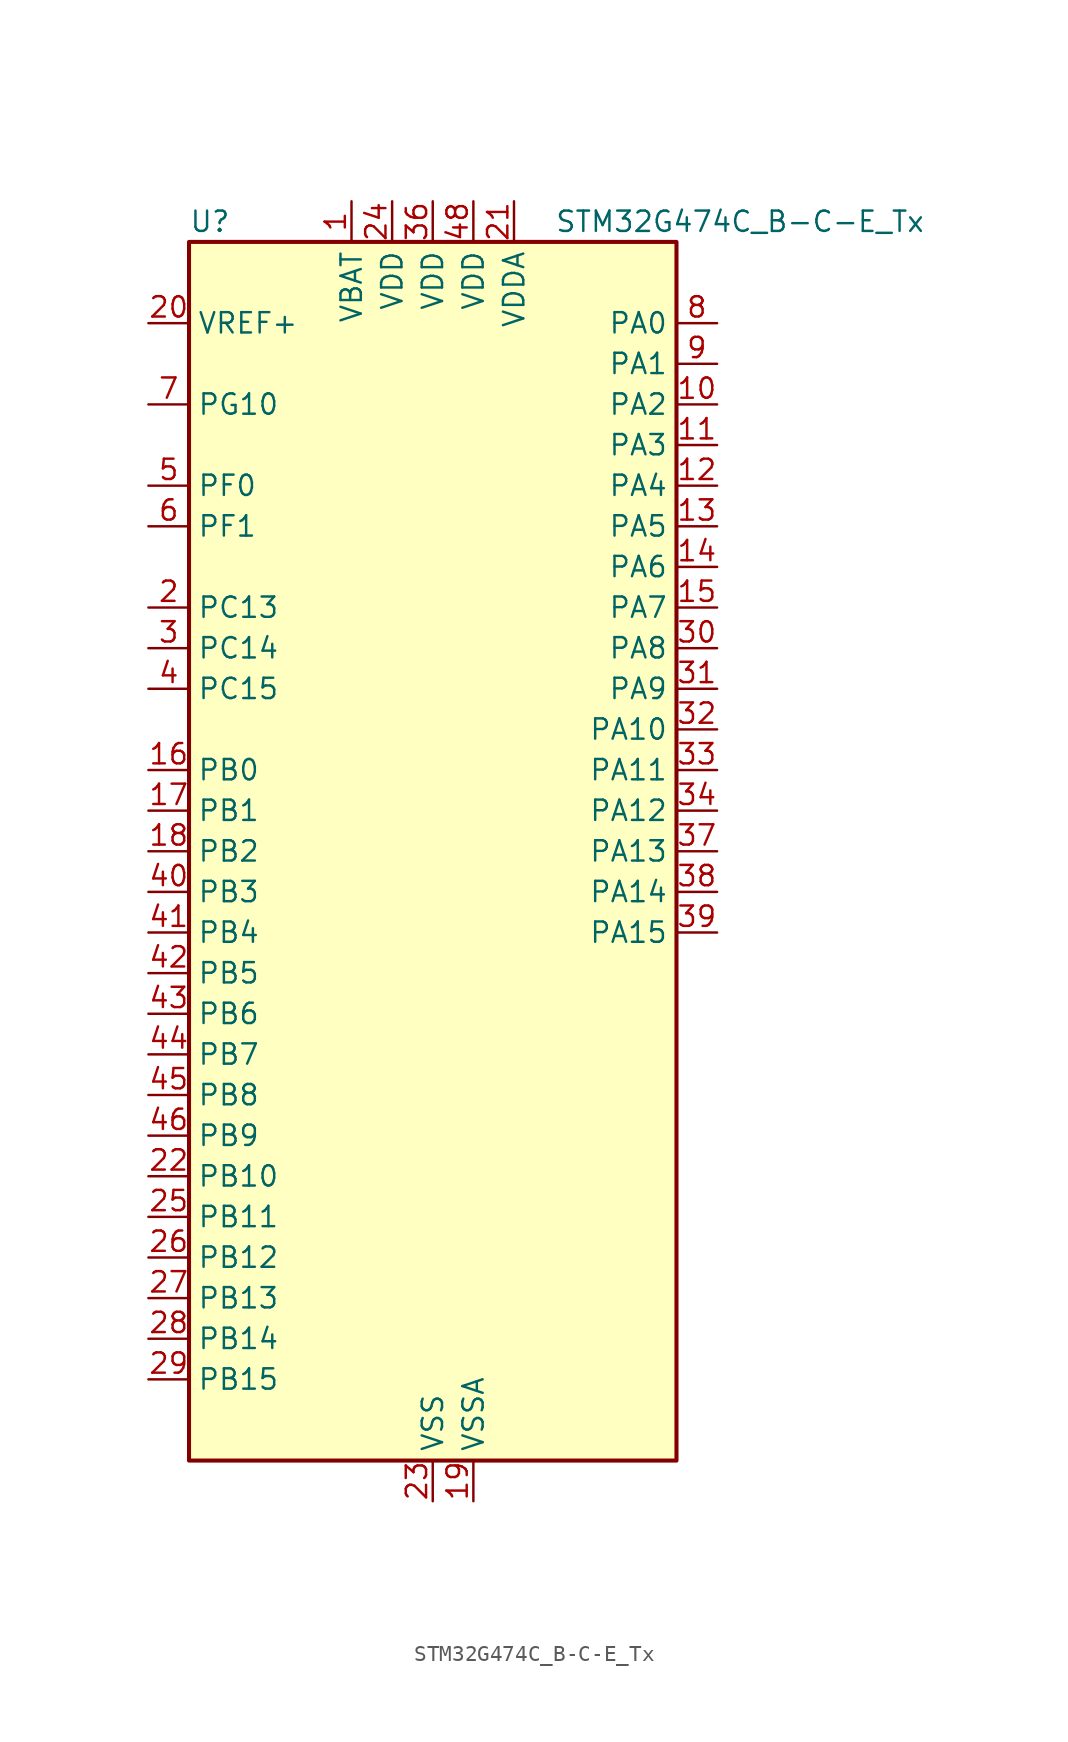
<source format=kicad_sym>
(kicad_symbol_lib
  (version 20241209)
  (generator "kicad_symbol_editor")
  (generator_version "9.0")
  (symbol "STM32G474C_B-C-E_Tx"
    (property "Reference" "U"
      (at -15.24 39.37 0)
      (effects (font (size 1.27 1.27)) (justify left)))
    (property "Value" "STM32G474C_B-C-E_Tx"
      (at 7.62 39.37 0)
      (effects (font (size 1.27 1.27)) (justify left)))
    (symbol "STM32G474C_B-C-E_Tx_0_1"
      (rectangle (start -15.24 -38.1) (end 15.24 38.1) (stroke (width 0.254) (type default)) (fill (type background))))
    (symbol "STM32G474C_B-C-E_Tx_1_1"
      (pin input line (at -17.78 33.02 0) (length 2.54) (name "VREF+" (effects (font (size 1.27 1.27)))) (number "20" (effects (font (size 1.27 1.27)))) (alternate "VREFBUF_OUT" bidirectional line))
      (pin bidirectional line (at -17.78 27.94 0) (length 2.54) (name "PG10" (effects (font (size 1.27 1.27)))) (number "7" (effects (font (size 1.27 1.27)))) (alternate "DAC1_EXTI10" bidirectional line) (alternate "DAC2_EXTI10" bidirectional line) (alternate "DAC3_EXTI10" bidirectional line) (alternate "DAC4_EXTI10" bidirectional line) (alternate "RCC_MCO" bidirectional line))
      (pin bidirectional line (at -17.78 22.86 0) (length 2.54) (name "PF0" (effects (font (size 1.27 1.27)))) (number "5" (effects (font (size 1.27 1.27)))) (alternate "ADC1_IN10" bidirectional line) (alternate "I2C2_SDA" bidirectional line) (alternate "I2S2_WS" bidirectional line) (alternate "RCC_OSC_IN" bidirectional line) (alternate "SPI2_NSS" bidirectional line) (alternate "TIM1_CH3N" bidirectional line))
      (pin bidirectional line (at -17.78 20.32 0) (length 2.54) (name "PF1" (effects (font (size 1.27 1.27)))) (number "6" (effects (font (size 1.27 1.27)))) (alternate "ADC2_IN10" bidirectional line) (alternate "COMP3_INM" bidirectional line) (alternate "I2S2_CK" bidirectional line) (alternate "RCC_OSC_OUT" bidirectional line) (alternate "SPI2_SCK" bidirectional line))
      (pin bidirectional line (at -17.78 15.24 0) (length 2.54) (name "PC13" (effects (font (size 1.27 1.27)))) (number "2" (effects (font (size 1.27 1.27)))) (alternate "RTC_OUT1" bidirectional line) (alternate "RTC_TAMP1" bidirectional line) (alternate "RTC_TS" bidirectional line) (alternate "SYS_WKUP2" bidirectional line) (alternate "TIM1_BKIN" bidirectional line) (alternate "TIM1_CH1N" bidirectional line) (alternate "TIM8_CH4N" bidirectional line))
      (pin bidirectional line (at -17.78 12.7 0) (length 2.54) (name "PC14" (effects (font (size 1.27 1.27)))) (number "3" (effects (font (size 1.27 1.27)))) (alternate "RCC_OSC32_IN" bidirectional line))
      (pin bidirectional line (at -17.78 10.16 0) (length 2.54) (name "PC15" (effects (font (size 1.27 1.27)))) (number "4" (effects (font (size 1.27 1.27)))) (alternate "ADC1_EXTI15" bidirectional line) (alternate "ADC2_EXTI15" bidirectional line) (alternate "RCC_OSC32_OUT" bidirectional line))
      (pin bidirectional line (at -17.78 5.08 0) (length 2.54) (name "PB0" (effects (font (size 1.27 1.27)))) (number "16" (effects (font (size 1.27 1.27)))) (alternate "ADC1_IN15" bidirectional line) (alternate "ADC3_IN12" bidirectional line) (alternate "COMP4_INP" bidirectional line) (alternate "HRTIM1_FLT5" bidirectional line) (alternate "OPAMP2_VINP" bidirectional line) (alternate "OPAMP2_VINP_SEC" bidirectional line) (alternate "OPAMP3_VINP" bidirectional line) (alternate "OPAMP3_VINP_SEC" bidirectional line) (alternate "QUADSPI1_BK1_IO1" bidirectional line) (alternate "TIM1_CH2N" bidirectional line) (alternate "TIM3_CH3" bidirectional line) (alternate "TIM8_CH2N" bidirectional line) (alternate "UCPD1_FRSTX1" bidirectional line) (alternate "UCPD1_FRSTX2" bidirectional line))
      (pin bidirectional line (at -17.78 2.54 0) (length 2.54) (name "PB1" (effects (font (size 1.27 1.27)))) (number "17" (effects (font (size 1.27 1.27)))) (alternate "ADC1_IN12" bidirectional line) (alternate "ADC3_IN1" bidirectional line) (alternate "COMP1_INP" bidirectional line) (alternate "COMP4_OUT" bidirectional line) (alternate "HRTIM1_SCOUT" bidirectional line) (alternate "LPUART1_DE" bidirectional line) (alternate "LPUART1_RTS" bidirectional line) (alternate "OPAMP3_VOUT" bidirectional line) (alternate "OPAMP6_VINM" bidirectional line) (alternate "OPAMP6_VINM1" bidirectional line) (alternate "OPAMP6_VINM_SEC" bidirectional line) (alternate "QUADSPI1_BK1_IO0" bidirectional line) (alternate "TIM1_CH3N" bidirectional line) (alternate "TIM3_CH4" bidirectional line) (alternate "TIM8_CH3N" bidirectional line))
      (pin bidirectional line (at -17.78 0 0) (length 2.54) (name "PB2" (effects (font (size 1.27 1.27)))) (number "18" (effects (font (size 1.27 1.27)))) (alternate "ADC2_IN12" bidirectional line) (alternate "ADC3_EXTI2" bidirectional line) (alternate "ADC4_EXTI2" bidirectional line) (alternate "ADC5_EXTI2" bidirectional line) (alternate "COMP4_INM" bidirectional line) (alternate "HRTIM1_SCIN" bidirectional line) (alternate "I2C3_SMBA" bidirectional line) (alternate "LPTIM1_OUT" bidirectional line) (alternate "OPAMP3_VINM" bidirectional line) (alternate "OPAMP3_VINM0" bidirectional line) (alternate "OPAMP3_VINM_SEC" bidirectional line) (alternate "QUADSPI1_BK2_IO1" bidirectional line) (alternate "RTC_OUT2" bidirectional line) (alternate "TIM20_CH1" bidirectional line) (alternate "TIM5_CH1" bidirectional line))
      (pin bidirectional line (at -17.78 -2.54 0) (length 2.54) (name "PB3" (effects (font (size 1.27 1.27)))) (number "40" (effects (font (size 1.27 1.27)))) (alternate "ADC3_EXTI3" bidirectional line) (alternate "ADC4_EXTI3" bidirectional line) (alternate "ADC5_EXTI3" bidirectional line) (alternate "CRS_SYNC" bidirectional line) (alternate "FDCAN3_RX" bidirectional line) (alternate "HRTIM1_EEV9" bidirectional line) (alternate "HRTIM1_SCOUT" bidirectional line) (alternate "I2S3_CK" bidirectional line) (alternate "SAI1_SCK_B" bidirectional line) (alternate "SPI1_SCK" bidirectional line) (alternate "SPI3_SCK" bidirectional line) (alternate "SYS_JTDO-SWO" bidirectional line) (alternate "TIM2_CH2" bidirectional line) (alternate "TIM3_ETR" bidirectional line) (alternate "TIM4_ETR" bidirectional line) (alternate "TIM8_CH1N" bidirectional line) (alternate "USART2_TX" bidirectional line))
      (pin bidirectional line (at -17.78 -5.08 0) (length 2.54) (name "PB4" (effects (font (size 1.27 1.27)))) (number "41" (effects (font (size 1.27 1.27)))) (alternate "FDCAN3_TX" bidirectional line) (alternate "HRTIM1_EEV7" bidirectional line) (alternate "SAI1_MCLK_B" bidirectional line) (alternate "SPI1_MISO" bidirectional line) (alternate "SPI3_MISO" bidirectional line) (alternate "SYS_JTRST" bidirectional line) (alternate "TIM16_CH1" bidirectional line) (alternate "TIM17_BKIN" bidirectional line) (alternate "TIM3_CH1" bidirectional line) (alternate "TIM8_CH2N" bidirectional line) (alternate "UCPD1_CC2" bidirectional line) (alternate "USART2_RX" bidirectional line))
      (pin bidirectional line (at -17.78 -7.62 0) (length 2.54) (name "PB5" (effects (font (size 1.27 1.27)))) (number "42" (effects (font (size 1.27 1.27)))) (alternate "FDCAN2_RX" bidirectional line) (alternate "HRTIM1_EEV6" bidirectional line) (alternate "I2C1_SMBA" bidirectional line) (alternate "I2C3_SDA" bidirectional line) (alternate "I2S3_SD" bidirectional line) (alternate "LPTIM1_IN1" bidirectional line) (alternate "SAI1_SD_B" bidirectional line) (alternate "SPI1_MOSI" bidirectional line) (alternate "SPI3_MOSI" bidirectional line) (alternate "TIM16_BKIN" bidirectional line) (alternate "TIM17_CH1" bidirectional line) (alternate "TIM3_CH2" bidirectional line) (alternate "TIM8_CH3N" bidirectional line) (alternate "USART2_CK" bidirectional line))
      (pin bidirectional line (at -17.78 -10.16 0) (length 2.54) (name "PB6" (effects (font (size 1.27 1.27)))) (number "43" (effects (font (size 1.27 1.27)))) (alternate "COMP4_OUT" bidirectional line) (alternate "FDCAN2_TX" bidirectional line) (alternate "HRTIM1_EEV4" bidirectional line) (alternate "HRTIM1_SCIN" bidirectional line) (alternate "LPTIM1_ETR" bidirectional line) (alternate "SAI1_FS_B" bidirectional line) (alternate "TIM16_CH1N" bidirectional line) (alternate "TIM4_CH1" bidirectional line) (alternate "TIM8_BKIN2" bidirectional line) (alternate "TIM8_CH1" bidirectional line) (alternate "TIM8_ETR" bidirectional line) (alternate "UCPD1_CC1" bidirectional line) (alternate "USART1_TX" bidirectional line))
      (pin bidirectional line (at -17.78 -12.7 0) (length 2.54) (name "PB7" (effects (font (size 1.27 1.27)))) (number "44" (effects (font (size 1.27 1.27)))) (alternate "COMP3_OUT" bidirectional line) (alternate "HRTIM1_EEV3" bidirectional line) (alternate "I2C1_SDA" bidirectional line) (alternate "I2C4_SDA" bidirectional line) (alternate "LPTIM1_IN2" bidirectional line) (alternate "SYS_PVD_IN" bidirectional line) (alternate "TIM17_CH1N" bidirectional line) (alternate "TIM3_CH4" bidirectional line) (alternate "TIM4_CH2" bidirectional line) (alternate "TIM8_BKIN" bidirectional line) (alternate "USART1_RX" bidirectional line))
      (pin bidirectional line (at -17.78 -15.24 0) (length 2.54) (name "PB8" (effects (font (size 1.27 1.27)))) (number "45" (effects (font (size 1.27 1.27)))) (alternate "COMP1_OUT" bidirectional line) (alternate "FDCAN1_RX" bidirectional line) (alternate "HRTIM1_EEV8" bidirectional line) (alternate "I2C1_SCL" bidirectional line) (alternate "SAI1_CK1" bidirectional line) (alternate "SAI1_MCLK_A" bidirectional line) (alternate "TIM16_CH1" bidirectional line) (alternate "TIM1_BKIN" bidirectional line) (alternate "TIM4_CH3" bidirectional line) (alternate "TIM8_CH2" bidirectional line) (alternate "USART3_RX" bidirectional line))
      (pin bidirectional line (at -17.78 -17.78 0) (length 2.54) (name "PB9" (effects (font (size 1.27 1.27)))) (number "46" (effects (font (size 1.27 1.27)))) (alternate "COMP2_OUT" bidirectional line) (alternate "DAC1_EXTI9" bidirectional line) (alternate "DAC2_EXTI9" bidirectional line) (alternate "DAC3_EXTI9" bidirectional line) (alternate "DAC4_EXTI9" bidirectional line) (alternate "FDCAN1_TX" bidirectional line) (alternate "HRTIM1_EEV5" bidirectional line) (alternate "I2C1_SDA" bidirectional line) (alternate "IR_OUT" bidirectional line) (alternate "SAI1_D2" bidirectional line) (alternate "SAI1_FS_A" bidirectional line) (alternate "TIM17_CH1" bidirectional line) (alternate "TIM1_CH3N" bidirectional line) (alternate "TIM4_CH4" bidirectional line) (alternate "TIM8_CH3" bidirectional line) (alternate "USART3_TX" bidirectional line))
      (pin bidirectional line (at -17.78 -20.32 0) (length 2.54) (name "PB10" (effects (font (size 1.27 1.27)))) (number "22" (effects (font (size 1.27 1.27)))) (alternate "COMP5_INM" bidirectional line) (alternate "DAC1_EXTI10" bidirectional line) (alternate "DAC2_EXTI10" bidirectional line) (alternate "DAC3_EXTI10" bidirectional line) (alternate "DAC4_EXTI10" bidirectional line) (alternate "HRTIM1_FLT3" bidirectional line) (alternate "LPUART1_RX" bidirectional line) (alternate "OPAMP3_VINM" bidirectional line) (alternate "OPAMP3_VINM1" bidirectional line) (alternate "OPAMP3_VINM_SEC" bidirectional line) (alternate "OPAMP4_VINM" bidirectional line) (alternate "OPAMP4_VINM0" bidirectional line) (alternate "OPAMP4_VINM_SEC" bidirectional line) (alternate "QUADSPI1_CLK" bidirectional line) (alternate "SAI1_SCK_A" bidirectional line) (alternate "TIM1_BKIN" bidirectional line) (alternate "TIM2_CH3" bidirectional line) (alternate "USART3_TX" bidirectional line))
      (pin bidirectional line (at -17.78 -22.86 0) (length 2.54) (name "PB11" (effects (font (size 1.27 1.27)))) (number "25" (effects (font (size 1.27 1.27)))) (alternate "ADC1_EXTI11" bidirectional line) (alternate "ADC1_IN14" bidirectional line) (alternate "ADC2_EXTI11" bidirectional line) (alternate "ADC2_IN14" bidirectional line) (alternate "COMP6_INP" bidirectional line) (alternate "HRTIM1_FLT4" bidirectional line) (alternate "LPUART1_TX" bidirectional line) (alternate "OPAMP4_VINP" bidirectional line) (alternate "OPAMP4_VINP_SEC" bidirectional line) (alternate "OPAMP6_VOUT" bidirectional line) (alternate "QUADSPI1_BK1_NCS" bidirectional line) (alternate "TIM2_CH4" bidirectional line) (alternate "USART3_RX" bidirectional line))
      (pin bidirectional line (at -17.78 -25.4 0) (length 2.54) (name "PB12" (effects (font (size 1.27 1.27)))) (number "26" (effects (font (size 1.27 1.27)))) (alternate "ADC1_IN11" bidirectional line) (alternate "ADC4_IN3" bidirectional line) (alternate "COMP7_INM" bidirectional line) (alternate "FDCAN2_RX" bidirectional line) (alternate "HRTIM1_CHC1" bidirectional line) (alternate "I2C2_SMBA" bidirectional line) (alternate "I2S2_WS" bidirectional line) (alternate "LPUART1_DE" bidirectional line) (alternate "LPUART1_RTS" bidirectional line) (alternate "OPAMP4_VOUT" bidirectional line) (alternate "OPAMP6_VINP" bidirectional line) (alternate "OPAMP6_VINP_SEC" bidirectional line) (alternate "SPI2_NSS" bidirectional line) (alternate "TIM1_BKIN" bidirectional line) (alternate "TIM5_ETR" bidirectional line) (alternate "USART3_CK" bidirectional line))
      (pin bidirectional line (at -17.78 -27.94 0) (length 2.54) (name "PB13" (effects (font (size 1.27 1.27)))) (number "27" (effects (font (size 1.27 1.27)))) (alternate "ADC3_IN5" bidirectional line) (alternate "COMP5_INP" bidirectional line) (alternate "FDCAN2_TX" bidirectional line) (alternate "HRTIM1_CHC2" bidirectional line) (alternate "I2S2_CK" bidirectional line) (alternate "LPUART1_CTS" bidirectional line) (alternate "OPAMP3_VINP" bidirectional line) (alternate "OPAMP3_VINP_SEC" bidirectional line) (alternate "OPAMP4_VINP" bidirectional line) (alternate "OPAMP4_VINP_SEC" bidirectional line) (alternate "OPAMP6_VINP" bidirectional line) (alternate "OPAMP6_VINP_SEC" bidirectional line) (alternate "SPI2_SCK" bidirectional line) (alternate "TIM1_CH1N" bidirectional line) (alternate "USART3_CTS" bidirectional line) (alternate "USART3_NSS" bidirectional line))
      (pin bidirectional line (at -17.78 -30.48 0) (length 2.54) (name "PB14" (effects (font (size 1.27 1.27)))) (number "28" (effects (font (size 1.27 1.27)))) (alternate "ADC1_IN5" bidirectional line) (alternate "ADC4_IN4" bidirectional line) (alternate "COMP4_OUT" bidirectional line) (alternate "COMP7_INP" bidirectional line) (alternate "HRTIM1_CHD1" bidirectional line) (alternate "OPAMP2_VINP" bidirectional line) (alternate "OPAMP2_VINP_SEC" bidirectional line) (alternate "OPAMP5_VINP" bidirectional line) (alternate "OPAMP5_VINP_SEC" bidirectional line) (alternate "SPI2_MISO" bidirectional line) (alternate "TIM15_CH1" bidirectional line) (alternate "TIM1_CH2N" bidirectional line) (alternate "USART3_DE" bidirectional line) (alternate "USART3_RTS" bidirectional line))
      (pin bidirectional line (at -17.78 -33.02 0) (length 2.54) (name "PB15" (effects (font (size 1.27 1.27)))) (number "29" (effects (font (size 1.27 1.27)))) (alternate "ADC1_EXTI15" bidirectional line) (alternate "ADC2_EXTI15" bidirectional line) (alternate "ADC2_IN15" bidirectional line) (alternate "ADC4_IN5" bidirectional line) (alternate "COMP3_OUT" bidirectional line) (alternate "COMP6_INM" bidirectional line) (alternate "HRTIM1_CHD2" bidirectional line) (alternate "I2S2_SD" bidirectional line) (alternate "OPAMP5_VINM" bidirectional line) (alternate "OPAMP5_VINM0" bidirectional line) (alternate "OPAMP5_VINM_SEC" bidirectional line) (alternate "RTC_REFIN" bidirectional line) (alternate "SPI2_MOSI" bidirectional line) (alternate "TIM15_CH1N" bidirectional line) (alternate "TIM15_CH2" bidirectional line) (alternate "TIM1_CH3N" bidirectional line))
      (pin power_in line (at -5.08 40.64 270) (length 2.54) (name "VBAT" (effects (font (size 1.27 1.27)))) (number "1" (effects (font (size 1.27 1.27)))))
      (pin power_in line (at -2.54 40.64 270) (length 2.54) (name "VDD" (effects (font (size 1.27 1.27)))) (number "24" (effects (font (size 1.27 1.27)))))
      (pin power_in line (at 0 40.64 270) (length 2.54) (name "VDD" (effects (font (size 1.27 1.27)))) (number "36" (effects (font (size 1.27 1.27)))))
      (pin power_in line (at 0 -40.64 90) (length 2.54) (name "VSS" (effects (font (size 1.27 1.27)))) (number "23" (effects (font (size 1.27 1.27)))))
      (pin passive line (at 0 -40.64 90) (length 2.54) (hide yes) (name "VSS" (effects (font (size 1.27 1.27)))) (number "35" (effects (font (size 1.27 1.27)))))
      (pin passive line (at 0 -40.64 90) (length 2.54) (hide yes) (name "VSS" (effects (font (size 1.27 1.27)))) (number "47" (effects (font (size 1.27 1.27)))))
      (pin power_in line (at 2.54 40.64 270) (length 2.54) (name "VDD" (effects (font (size 1.27 1.27)))) (number "48" (effects (font (size 1.27 1.27)))))
      (pin power_in line (at 2.54 -40.64 90) (length 2.54) (name "VSSA" (effects (font (size 1.27 1.27)))) (number "19" (effects (font (size 1.27 1.27)))))
      (pin power_in line (at 5.08 40.64 270) (length 2.54) (name "VDDA" (effects (font (size 1.27 1.27)))) (number "21" (effects (font (size 1.27 1.27)))))
      (pin bidirectional line (at 17.78 33.02 180) (length 2.54) (name "PA0" (effects (font (size 1.27 1.27)))) (number "8" (effects (font (size 1.27 1.27)))) (alternate "ADC1_IN1" bidirectional line) (alternate "ADC2_IN1" bidirectional line) (alternate "COMP1_INM" bidirectional line) (alternate "COMP1_OUT" bidirectional line) (alternate "COMP3_INP" bidirectional line) (alternate "RTC_TAMP2" bidirectional line) (alternate "SYS_WKUP1" bidirectional line) (alternate "TIM2_CH1" bidirectional line) (alternate "TIM2_ETR" bidirectional line) (alternate "TIM5_CH1" bidirectional line) (alternate "TIM8_BKIN" bidirectional line) (alternate "TIM8_ETR" bidirectional line) (alternate "USART2_CTS" bidirectional line) (alternate "USART2_NSS" bidirectional line))
      (pin bidirectional line (at 17.78 30.48 180) (length 2.54) (name "PA1" (effects (font (size 1.27 1.27)))) (number "9" (effects (font (size 1.27 1.27)))) (alternate "ADC1_IN2" bidirectional line) (alternate "ADC2_IN2" bidirectional line) (alternate "COMP1_INP" bidirectional line) (alternate "OPAMP1_VINP" bidirectional line) (alternate "OPAMP1_VINP_SEC" bidirectional line) (alternate "OPAMP3_VINP" bidirectional line) (alternate "OPAMP3_VINP_SEC" bidirectional line) (alternate "OPAMP6_VINM" bidirectional line) (alternate "OPAMP6_VINM0" bidirectional line) (alternate "OPAMP6_VINM_SEC" bidirectional line) (alternate "RTC_REFIN" bidirectional line) (alternate "TIM15_CH1N" bidirectional line) (alternate "TIM2_CH2" bidirectional line) (alternate "TIM5_CH2" bidirectional line) (alternate "USART2_DE" bidirectional line) (alternate "USART2_RTS" bidirectional line))
      (pin bidirectional line (at 17.78 27.94 180) (length 2.54) (name "PA2" (effects (font (size 1.27 1.27)))) (number "10" (effects (font (size 1.27 1.27)))) (alternate "ADC1_IN3" bidirectional line) (alternate "ADC3_EXTI2" bidirectional line) (alternate "ADC4_EXTI2" bidirectional line) (alternate "ADC5_EXTI2" bidirectional line) (alternate "COMP2_INM" bidirectional line) (alternate "COMP2_OUT" bidirectional line) (alternate "LPUART1_TX" bidirectional line) (alternate "OPAMP1_VOUT" bidirectional line) (alternate "QUADSPI1_BK1_NCS" bidirectional line) (alternate "RCC_LSCO" bidirectional line) (alternate "SYS_WKUP4" bidirectional line) (alternate "TIM15_CH1" bidirectional line) (alternate "TIM2_CH3" bidirectional line) (alternate "TIM5_CH3" bidirectional line) (alternate "UCPD1_FRSTX1" bidirectional line) (alternate "UCPD1_FRSTX2" bidirectional line) (alternate "USART2_TX" bidirectional line))
      (pin bidirectional line (at 17.78 25.4 180) (length 2.54) (name "PA3" (effects (font (size 1.27 1.27)))) (number "11" (effects (font (size 1.27 1.27)))) (alternate "ADC1_IN4" bidirectional line) (alternate "ADC3_EXTI3" bidirectional line) (alternate "ADC4_EXTI3" bidirectional line) (alternate "ADC5_EXTI3" bidirectional line) (alternate "COMP2_INP" bidirectional line) (alternate "LPUART1_RX" bidirectional line) (alternate "OPAMP1_VINM" bidirectional line) (alternate "OPAMP1_VINM0" bidirectional line) (alternate "OPAMP1_VINM_SEC" bidirectional line) (alternate "OPAMP1_VINP" bidirectional line) (alternate "OPAMP1_VINP_SEC" bidirectional line) (alternate "OPAMP5_VINM" bidirectional line) (alternate "OPAMP5_VINM1" bidirectional line) (alternate "OPAMP5_VINM_SEC" bidirectional line) (alternate "QUADSPI1_CLK" bidirectional line) (alternate "SAI1_CK1" bidirectional line) (alternate "SAI1_MCLK_A" bidirectional line) (alternate "TIM15_CH2" bidirectional line) (alternate "TIM2_CH4" bidirectional line) (alternate "TIM5_CH4" bidirectional line) (alternate "USART2_RX" bidirectional line))
      (pin bidirectional line (at 17.78 22.86 180) (length 2.54) (name "PA4" (effects (font (size 1.27 1.27)))) (number "12" (effects (font (size 1.27 1.27)))) (alternate "ADC2_IN17" bidirectional line) (alternate "COMP1_INM" bidirectional line) (alternate "DAC1_OUT1" bidirectional line) (alternate "I2S3_WS" bidirectional line) (alternate "SAI1_FS_B" bidirectional line) (alternate "SPI1_NSS" bidirectional line) (alternate "SPI3_NSS" bidirectional line) (alternate "TIM3_CH2" bidirectional line) (alternate "USART2_CK" bidirectional line))
      (pin bidirectional line (at 17.78 20.32 180) (length 2.54) (name "PA5" (effects (font (size 1.27 1.27)))) (number "13" (effects (font (size 1.27 1.27)))) (alternate "ADC2_IN13" bidirectional line) (alternate "COMP2_INM" bidirectional line) (alternate "DAC1_OUT2" bidirectional line) (alternate "OPAMP2_VINM" bidirectional line) (alternate "OPAMP2_VINM0" bidirectional line) (alternate "OPAMP2_VINM_SEC" bidirectional line) (alternate "SPI1_SCK" bidirectional line) (alternate "TIM2_CH1" bidirectional line) (alternate "TIM2_ETR" bidirectional line) (alternate "UCPD1_FRSTX1" bidirectional line) (alternate "UCPD1_FRSTX2" bidirectional line))
      (pin bidirectional line (at 17.78 17.78 180) (length 2.54) (name "PA6" (effects (font (size 1.27 1.27)))) (number "14" (effects (font (size 1.27 1.27)))) (alternate "ADC2_IN3" bidirectional line) (alternate "COMP1_OUT" bidirectional line) (alternate "DAC2_OUT1" bidirectional line) (alternate "LPUART1_CTS" bidirectional line) (alternate "OPAMP2_VOUT" bidirectional line) (alternate "QUADSPI1_BK1_IO3" bidirectional line) (alternate "SPI1_MISO" bidirectional line) (alternate "TIM16_CH1" bidirectional line) (alternate "TIM1_BKIN" bidirectional line) (alternate "TIM3_CH1" bidirectional line) (alternate "TIM8_BKIN" bidirectional line))
      (pin bidirectional line (at 17.78 15.24 180) (length 2.54) (name "PA7" (effects (font (size 1.27 1.27)))) (number "15" (effects (font (size 1.27 1.27)))) (alternate "ADC2_IN4" bidirectional line) (alternate "COMP2_INP" bidirectional line) (alternate "COMP2_OUT" bidirectional line) (alternate "OPAMP1_VINP" bidirectional line) (alternate "OPAMP1_VINP_SEC" bidirectional line) (alternate "OPAMP2_VINP" bidirectional line) (alternate "OPAMP2_VINP_SEC" bidirectional line) (alternate "QUADSPI1_BK1_IO2" bidirectional line) (alternate "SPI1_MOSI" bidirectional line) (alternate "TIM17_CH1" bidirectional line) (alternate "TIM1_CH1N" bidirectional line) (alternate "TIM3_CH2" bidirectional line) (alternate "TIM8_CH1N" bidirectional line) (alternate "UCPD1_FRSTX1" bidirectional line) (alternate "UCPD1_FRSTX2" bidirectional line))
      (pin bidirectional line (at 17.78 12.7 180) (length 2.54) (name "PA8" (effects (font (size 1.27 1.27)))) (number "30" (effects (font (size 1.27 1.27)))) (alternate "ADC5_IN1" bidirectional line) (alternate "COMP7_OUT" bidirectional line) (alternate "FDCAN3_RX" bidirectional line) (alternate "HRTIM1_CHA1" bidirectional line) (alternate "I2C2_SDA" bidirectional line) (alternate "I2C3_SCL" bidirectional line) (alternate "I2S2_MCK" bidirectional line) (alternate "OPAMP5_VOUT" bidirectional line) (alternate "RCC_MCO" bidirectional line) (alternate "SAI1_CK2" bidirectional line) (alternate "SAI1_SCK_A" bidirectional line) (alternate "TIM1_CH1" bidirectional line) (alternate "TIM4_ETR" bidirectional line) (alternate "USART1_CK" bidirectional line))
      (pin bidirectional line (at 17.78 10.16 180) (length 2.54) (name "PA9" (effects (font (size 1.27 1.27)))) (number "31" (effects (font (size 1.27 1.27)))) (alternate "ADC5_IN2" bidirectional line) (alternate "COMP5_OUT" bidirectional line) (alternate "DAC1_EXTI9" bidirectional line) (alternate "DAC2_EXTI9" bidirectional line) (alternate "DAC3_EXTI9" bidirectional line) (alternate "DAC4_EXTI9" bidirectional line) (alternate "HRTIM1_CHA2" bidirectional line) (alternate "I2C2_SCL" bidirectional line) (alternate "I2C3_SMBA" bidirectional line) (alternate "I2S3_MCK" bidirectional line) (alternate "SAI1_FS_A" bidirectional line) (alternate "TIM15_BKIN" bidirectional line) (alternate "TIM1_CH2" bidirectional line) (alternate "TIM2_CH3" bidirectional line) (alternate "UCPD1_DBCC1" bidirectional line) (alternate "USART1_TX" bidirectional line))
      (pin bidirectional line (at 17.78 7.62 180) (length 2.54) (name "PA10" (effects (font (size 1.27 1.27)))) (number "32" (effects (font (size 1.27 1.27)))) (alternate "COMP6_OUT" bidirectional line) (alternate "CRS_SYNC" bidirectional line) (alternate "DAC1_EXTI10" bidirectional line) (alternate "DAC2_EXTI10" bidirectional line) (alternate "DAC3_EXTI10" bidirectional line) (alternate "DAC4_EXTI10" bidirectional line) (alternate "HRTIM1_CHB1" bidirectional line) (alternate "I2C2_SMBA" bidirectional line) (alternate "SAI1_D1" bidirectional line) (alternate "SAI1_SD_A" bidirectional line) (alternate "SPI2_MISO" bidirectional line) (alternate "TIM17_BKIN" bidirectional line) (alternate "TIM1_CH3" bidirectional line) (alternate "TIM2_CH4" bidirectional line) (alternate "TIM8_BKIN" bidirectional line) (alternate "UCPD1_DBCC2" bidirectional line) (alternate "USART1_RX" bidirectional line))
      (pin bidirectional line (at 17.78 5.08 180) (length 2.54) (name "PA11" (effects (font (size 1.27 1.27)))) (number "33" (effects (font (size 1.27 1.27)))) (alternate "ADC1_EXTI11" bidirectional line) (alternate "ADC2_EXTI11" bidirectional line) (alternate "COMP1_OUT" bidirectional line) (alternate "FDCAN1_RX" bidirectional line) (alternate "HRTIM1_CHB2" bidirectional line) (alternate "I2S2_SD" bidirectional line) (alternate "SPI2_MOSI" bidirectional line) (alternate "TIM1_BKIN2" bidirectional line) (alternate "TIM1_CH1N" bidirectional line) (alternate "TIM1_CH4" bidirectional line) (alternate "TIM4_CH1" bidirectional line) (alternate "USART1_CTS" bidirectional line) (alternate "USART1_NSS" bidirectional line) (alternate "USB_DM" bidirectional line))
      (pin bidirectional line (at 17.78 2.54 180) (length 2.54) (name "PA12" (effects (font (size 1.27 1.27)))) (number "34" (effects (font (size 1.27 1.27)))) (alternate "COMP2_OUT" bidirectional line) (alternate "FDCAN1_TX" bidirectional line) (alternate "HRTIM1_FLT1" bidirectional line) (alternate "I2S_CKIN" bidirectional line) (alternate "TIM16_CH1" bidirectional line) (alternate "TIM1_CH2N" bidirectional line) (alternate "TIM1_ETR" bidirectional line) (alternate "TIM4_CH2" bidirectional line) (alternate "USART1_DE" bidirectional line) (alternate "USART1_RTS" bidirectional line) (alternate "USB_DP" bidirectional line))
      (pin bidirectional line (at 17.78 0 180) (length 2.54) (name "PA13" (effects (font (size 1.27 1.27)))) (number "37" (effects (font (size 1.27 1.27)))) (alternate "I2C1_SCL" bidirectional line) (alternate "I2C4_SCL" bidirectional line) (alternate "IR_OUT" bidirectional line) (alternate "SAI1_SD_B" bidirectional line) (alternate "SYS_JTMS-SWDIO" bidirectional line) (alternate "TIM16_CH1N" bidirectional line) (alternate "TIM4_CH3" bidirectional line) (alternate "USART3_CTS" bidirectional line) (alternate "USART3_NSS" bidirectional line))
      (pin bidirectional line (at 17.78 -2.54 180) (length 2.54) (name "PA14" (effects (font (size 1.27 1.27)))) (number "38" (effects (font (size 1.27 1.27)))) (alternate "I2C1_SDA" bidirectional line) (alternate "I2C4_SMBA" bidirectional line) (alternate "LPTIM1_OUT" bidirectional line) (alternate "SAI1_FS_B" bidirectional line) (alternate "SYS_JTCK-SWCLK" bidirectional line) (alternate "TIM1_BKIN" bidirectional line) (alternate "TIM8_CH2" bidirectional line) (alternate "USART2_TX" bidirectional line))
      (pin bidirectional line (at 17.78 -5.08 180) (length 2.54) (name "PA15" (effects (font (size 1.27 1.27)))) (number "39" (effects (font (size 1.27 1.27)))) (alternate "ADC1_EXTI15" bidirectional line) (alternate "ADC2_EXTI15" bidirectional line) (alternate "FDCAN3_TX" bidirectional line) (alternate "HRTIM1_FLT2" bidirectional line) (alternate "I2C1_SCL" bidirectional line) (alternate "I2S3_WS" bidirectional line) (alternate "SPI1_NSS" bidirectional line) (alternate "SPI3_NSS" bidirectional line) (alternate "SYS_JTDI" bidirectional line) (alternate "TIM1_BKIN" bidirectional line) (alternate "TIM2_CH1" bidirectional line) (alternate "TIM2_ETR" bidirectional line) (alternate "TIM8_CH1" bidirectional line) (alternate "USART2_RX" bidirectional line)))))
</source>
